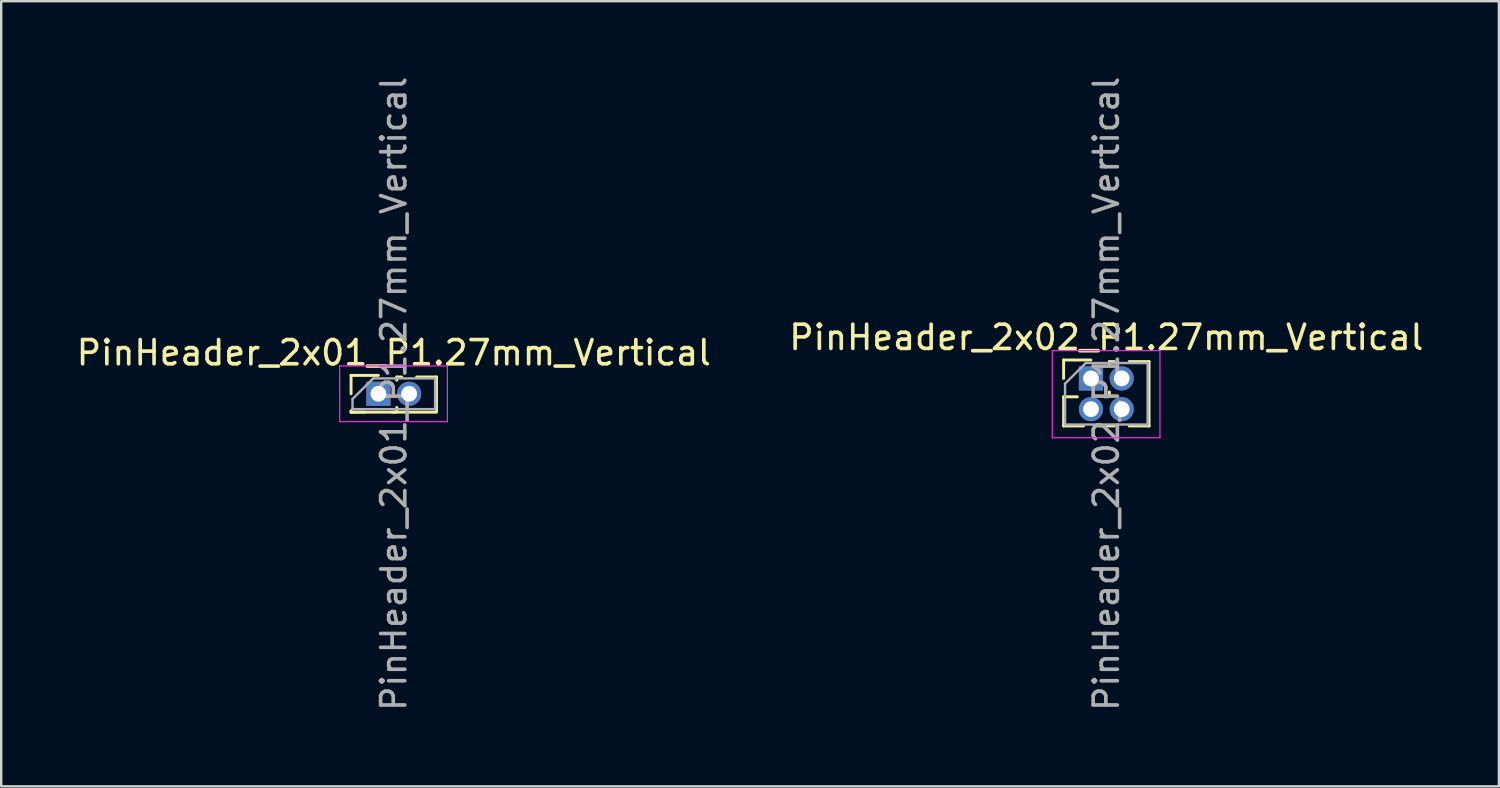
<source format=kicad_pcb>
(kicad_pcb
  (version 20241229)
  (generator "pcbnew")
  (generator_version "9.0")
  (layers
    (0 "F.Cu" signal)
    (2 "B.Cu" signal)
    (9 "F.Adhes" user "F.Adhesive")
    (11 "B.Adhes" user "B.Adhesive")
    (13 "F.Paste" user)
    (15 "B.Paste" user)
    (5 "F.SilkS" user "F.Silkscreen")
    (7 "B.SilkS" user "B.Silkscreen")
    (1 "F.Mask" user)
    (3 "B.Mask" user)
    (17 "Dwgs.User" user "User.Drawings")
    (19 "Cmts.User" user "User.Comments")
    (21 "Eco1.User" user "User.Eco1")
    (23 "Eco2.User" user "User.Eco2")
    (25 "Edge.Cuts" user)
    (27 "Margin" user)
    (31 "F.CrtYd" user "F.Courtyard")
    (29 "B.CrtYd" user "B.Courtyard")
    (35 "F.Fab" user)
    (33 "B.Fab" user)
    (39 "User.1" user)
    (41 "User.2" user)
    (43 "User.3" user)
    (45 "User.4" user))
  (footprint "PinHeader_2x01_P1.27mm_Vertical"
    (layer "F.Cu")
    (at 12.585 13.22)
    (property "Reference" "PinHeader_2x01_P1.27mm_Vertical" (at 0.635 -1.695 0) (layer "F.SilkS") (effects (font (size 1 1) (thickness 0.15))))
    (attr through_hole)
    (fp_line (start -1.13 -0.76) (end 0 -0.76) (stroke (width 0.12) (type solid)) (layer "F.SilkS"))
    (fp_line (start -1.13 0) (end -1.13 -0.76) (stroke (width 0.12) (type solid)) (layer "F.SilkS"))
    (fp_line (start -1.13 0.76) (end -1.13 0.695) (stroke (width 0.12) (type solid)) (layer "F.SilkS"))
    (fp_line (start -1.13 0.76) (end -0.563 0.76) (stroke (width 0.12) (type solid)) (layer "F.SilkS"))
    (fp_line (start -1.13 0.76) (end 2.4 0.76) (stroke (width 0.12) (type solid)) (layer "F.SilkS"))
    (fp_line (start 0.563 0.76) (end 0.707 0.76) (stroke (width 0.12) (type solid)) (layer "F.SilkS"))
    (fp_line (start 0.76 -0.695) (end 0.962 -0.695) (stroke (width 0.12) (type solid)) (layer "F.SilkS"))
    (fp_line (start 0.76 -0.563) (end 0.76 -0.695) (stroke (width 0.12) (type solid)) (layer "F.SilkS"))
    (fp_line (start 0.76 0.707) (end 0.76 0.563) (stroke (width 0.12) (type solid)) (layer "F.SilkS"))
    (fp_line (start 1.578 -0.695) (end 2.4 -0.695) (stroke (width 0.12) (type solid)) (layer "F.SilkS"))
    (fp_line (start 2.4 -0.695) (end 2.4 0.695) (stroke (width 0.12) (type solid)) (layer "F.SilkS"))
    (fp_line (start -1.6 -1.15) (end -1.6 1.15) (stroke (width 0.05) (type solid)) (layer "F.CrtYd"))
    (fp_line (start -1.6 1.15) (end 2.85 1.15) (stroke (width 0.05) (type solid)) (layer "F.CrtYd"))
    (fp_line (start 2.85 -1.15) (end -1.6 -1.15) (stroke (width 0.05) (type solid)) (layer "F.CrtYd"))
    (fp_line (start 2.85 1.15) (end 2.85 -1.15) (stroke (width 0.05) (type solid)) (layer "F.CrtYd"))
    (fp_line (start -1.07 0.217) (end -0.217 -0.635) (stroke (width 0.1) (type solid)) (layer "F.Fab"))
    (fp_line (start -1.07 0.635) (end -1.07 0.217) (stroke (width 0.1) (type solid)) (layer "F.Fab"))
    (fp_line (start -0.217 -0.635) (end 2.34 -0.635) (stroke (width 0.1) (type solid)) (layer "F.Fab"))
    (fp_line (start 2.34 -0.635) (end 2.34 0.635) (stroke (width 0.1) (type solid)) (layer "F.Fab"))
    (fp_line (start 2.34 0.635) (end -1.07 0.635) (stroke (width 0.1) (type solid)) (layer "F.Fab"))
    (fp_text user "${REFERENCE}" (at 0.635 0 90) (layer "F.Fab") (effects (font (size 1 1) (thickness 0.15))))
    (pad "1" thru_hole rect (at 0 0) (size 1 1) (drill 0.65) (layers "*.Cu" "*.Mask"))
    (pad "2" thru_hole oval (at 1.27 0) (size 1 1) (drill 0.65) (layers "*.Cu" "*.Mask")))
  (footprint "PinHeader_2x02_P1.27mm_Vertical"
    (layer "F.Cu")
    (at 42.026 12.585)
    (property "Reference" "PinHeader_2x02_P1.27mm_Vertical" (at 0.635 -1.695 0) (layer "F.SilkS") (effects (font (size 1 1) (thickness 0.15))))
    (attr through_hole)
    (fp_line (start -1.13 -0.76) (end 0 -0.76) (stroke (width 0.12) (type solid)) (layer "F.SilkS"))
    (fp_line (start -1.13 0) (end -1.13 -0.76) (stroke (width 0.12) (type solid)) (layer "F.SilkS"))
    (fp_line (start -1.13 0.76) (end -1.13 1.965) (stroke (width 0.12) (type solid)) (layer "F.SilkS"))
    (fp_line (start -1.13 0.76) (end -0.563 0.76) (stroke (width 0.12) (type solid)) (layer "F.SilkS"))
    (fp_line (start -1.13 1.965) (end -0.308 1.965) (stroke (width 0.12) (type solid)) (layer "F.SilkS"))
    (fp_line (start 0.308 1.965) (end 0.962 1.965) (stroke (width 0.12) (type solid)) (layer "F.SilkS"))
    (fp_line (start 0.563 0.76) (end 0.707 0.76) (stroke (width 0.12) (type solid)) (layer "F.SilkS"))
    (fp_line (start 0.76 -0.695) (end 0.962 -0.695) (stroke (width 0.12) (type solid)) (layer "F.SilkS"))
    (fp_line (start 0.76 -0.563) (end 0.76 -0.695) (stroke (width 0.12) (type solid)) (layer "F.SilkS"))
    (fp_line (start 0.76 0.707) (end 0.76 0.563) (stroke (width 0.12) (type solid)) (layer "F.SilkS"))
    (fp_line (start 1.578 -0.695) (end 2.4 -0.695) (stroke (width 0.12) (type solid)) (layer "F.SilkS"))
    (fp_line (start 1.578 1.965) (end 2.4 1.965) (stroke (width 0.12) (type solid)) (layer "F.SilkS"))
    (fp_line (start 2.4 -0.695) (end 2.4 1.965) (stroke (width 0.12) (type solid)) (layer "F.SilkS"))
    (fp_line (start -1.6 -1.15) (end -1.6 2.45) (stroke (width 0.05) (type solid)) (layer "F.CrtYd"))
    (fp_line (start -1.6 2.45) (end 2.85 2.45) (stroke (width 0.05) (type solid)) (layer "F.CrtYd"))
    (fp_line (start 2.85 -1.15) (end -1.6 -1.15) (stroke (width 0.05) (type solid)) (layer "F.CrtYd"))
    (fp_line (start 2.85 2.45) (end 2.85 -1.15) (stroke (width 0.05) (type solid)) (layer "F.CrtYd"))
    (fp_line (start -1.07 0.217) (end -0.217 -0.635) (stroke (width 0.1) (type solid)) (layer "F.Fab"))
    (fp_line (start -1.07 1.905) (end -1.07 0.217) (stroke (width 0.1) (type solid)) (layer "F.Fab"))
    (fp_line (start -0.217 -0.635) (end 2.34 -0.635) (stroke (width 0.1) (type solid)) (layer "F.Fab"))
    (fp_line (start 2.34 -0.635) (end 2.34 1.905) (stroke (width 0.1) (type solid)) (layer "F.Fab"))
    (fp_line (start 2.34 1.905) (end -1.07 1.905) (stroke (width 0.1) (type solid)) (layer "F.Fab"))
    (fp_text user "${REFERENCE}" (at 0.635 0.635 90) (layer "F.Fab") (effects (font (size 1 1) (thickness 0.15))))
    (pad "1" thru_hole rect (at 0 0) (size 1 1) (drill 0.65) (layers "*.Cu" "*.Mask"))
    (pad "2" thru_hole oval (at 1.27 0) (size 1 1) (drill 0.65) (layers "*.Cu" "*.Mask"))
    (pad "3" thru_hole oval (at 0 1.27) (size 1 1) (drill 0.65) (layers "*.Cu" "*.Mask"))
    (pad "4" thru_hole oval (at 1.27 1.27) (size 1 1) (drill 0.65) (layers "*.Cu" "*.Mask")))
  (gr_rect
    (start -3 -3)
    (end 58.881 29.44)
    (stroke (width 0.1) (type default))
    (fill no)
    (layer "Edge.Cuts")))
</source>
